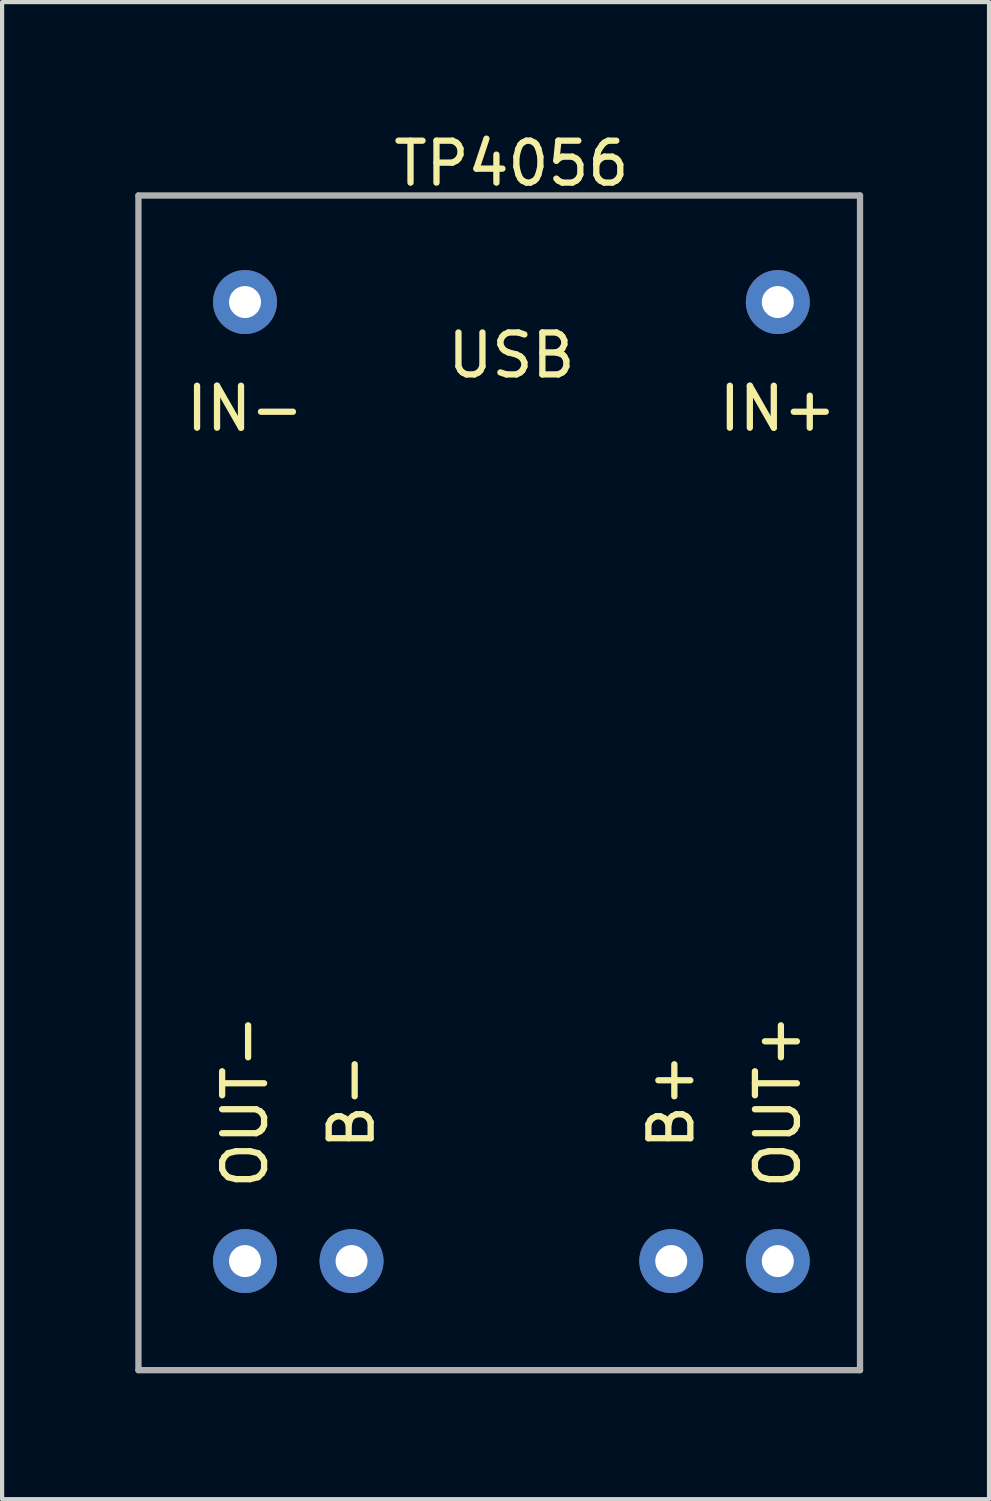
<source format=kicad_pcb>
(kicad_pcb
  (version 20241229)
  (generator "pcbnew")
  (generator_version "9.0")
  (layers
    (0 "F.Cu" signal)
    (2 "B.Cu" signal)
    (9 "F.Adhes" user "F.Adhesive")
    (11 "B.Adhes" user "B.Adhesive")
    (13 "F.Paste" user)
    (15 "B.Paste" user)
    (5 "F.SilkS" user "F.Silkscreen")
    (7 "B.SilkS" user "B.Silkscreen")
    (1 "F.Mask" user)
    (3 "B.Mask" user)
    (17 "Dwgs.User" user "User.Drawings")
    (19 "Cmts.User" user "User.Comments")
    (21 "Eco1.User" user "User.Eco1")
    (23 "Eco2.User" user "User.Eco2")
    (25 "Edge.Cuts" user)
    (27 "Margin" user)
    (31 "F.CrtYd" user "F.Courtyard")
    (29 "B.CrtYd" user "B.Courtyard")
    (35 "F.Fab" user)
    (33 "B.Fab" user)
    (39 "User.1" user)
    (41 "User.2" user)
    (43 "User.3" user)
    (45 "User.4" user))
  (footprint "TP4056"
    (layer "F.Cu")
    (at 0.25 1.61)
    (property "Reference" "TP4056" (at 8.89 -0.762 0) (layer "F.SilkS") (effects (font (size 1 1) (thickness 0.15))))
    (attr through_hole)
    (fp_line (start 0 0) (end 17.2 0) (stroke (width 0.15) (type solid)) (layer "F.Fab"))
    (fp_line (start 0 28) (end 0 0) (stroke (width 0.15) (type solid)) (layer "F.Fab"))
    (fp_line (start 17.2 0) (end 17.2 28) (stroke (width 0.15) (type solid)) (layer "F.Fab"))
    (fp_line (start 17.2 28) (end 0 28) (stroke (width 0.15) (type solid)) (layer "F.Fab"))
    (fp_text user "IN+" (at 15.24 5.08 0) (layer "F.SilkS") (effects (font (size 1 1) (thickness 0.15))))
    (fp_text user "OUT-" (at 2.54 21.59 90) (layer "F.SilkS") (effects (font (size 1 1) (thickness 0.15))))
    (fp_text user "OUT+" (at 15.24 21.59 90) (layer "F.SilkS") (effects (font (size 1 1) (thickness 0.15))))
    (fp_text user "IN-" (at 2.54 5.08 0) (layer "F.SilkS") (effects (font (size 1 1) (thickness 0.15))))
    (fp_text user "B+" (at 12.7 21.59 90) (layer "F.SilkS") (effects (font (size 1 1) (thickness 0.15))))
    (fp_text user "USB" (at 8.89 3.81 0) (layer "F.SilkS") (effects (font (size 1 1) (thickness 0.15))))
    (fp_text user "B-" (at 5.08 21.59 90) (layer "F.SilkS") (effects (font (size 1 1) (thickness 0.15))))
    (pad "1" thru_hole circle (at 15.24 2.54) (size 1.524 1.524) (drill 0.762) (layers "*.Cu" "*.Mask"))
    (pad "2" thru_hole circle (at 2.54 2.54) (size 1.524 1.524) (drill 0.762) (layers "*.Cu" "*.Mask"))
    (pad "3" thru_hole circle (at 15.24 25.4) (size 1.524 1.524) (drill 0.762) (layers "*.Cu" "*.Mask"))
    (pad "4" thru_hole circle (at 12.7 25.4) (size 1.524 1.524) (drill 0.762) (layers "*.Cu" "*.Mask"))
    (pad "5" thru_hole circle (at 5.08 25.4) (size 1.524 1.524) (drill 0.762) (layers "*.Cu" "*.Mask"))
    (pad "6" thru_hole circle (at 2.54 25.4) (size 1.524 1.524) (drill 0.762) (layers "*.Cu" "*.Mask")))
  (gr_rect
    (start -3 -3)
    (end 20.525 32.685)
    (stroke (width 0.1) (type default))
    (fill no)
    (layer "Edge.Cuts")))
</source>
